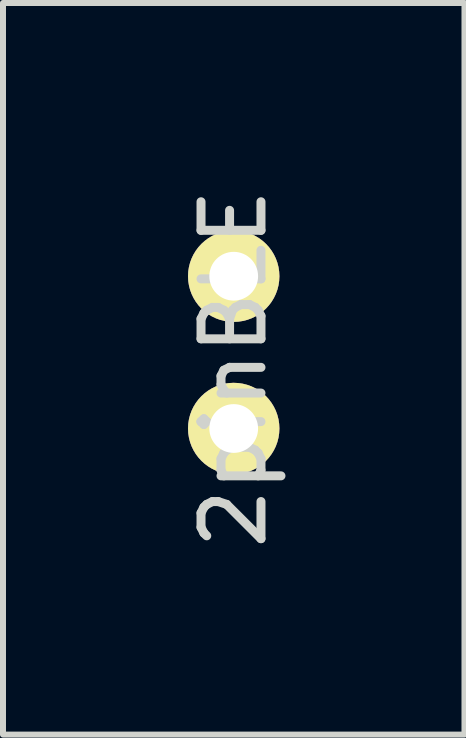
<source format=kicad_pcb>
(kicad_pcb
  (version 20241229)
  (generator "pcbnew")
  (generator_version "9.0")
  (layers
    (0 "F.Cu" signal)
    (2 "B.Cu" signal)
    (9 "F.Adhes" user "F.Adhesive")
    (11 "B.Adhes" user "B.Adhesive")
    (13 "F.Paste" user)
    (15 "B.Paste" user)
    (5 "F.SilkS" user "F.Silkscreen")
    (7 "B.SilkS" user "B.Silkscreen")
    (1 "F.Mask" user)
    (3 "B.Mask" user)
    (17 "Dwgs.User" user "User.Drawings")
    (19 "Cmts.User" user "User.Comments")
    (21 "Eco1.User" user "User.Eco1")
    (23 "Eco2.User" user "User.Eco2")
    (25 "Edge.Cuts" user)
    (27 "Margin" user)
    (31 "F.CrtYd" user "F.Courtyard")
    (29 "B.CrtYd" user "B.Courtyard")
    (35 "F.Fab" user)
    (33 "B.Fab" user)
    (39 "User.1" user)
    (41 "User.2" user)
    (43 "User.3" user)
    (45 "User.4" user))
  (footprint "2pinBLE"
    (layer "F.Cu")
    (at 0.848 3.101)
    (property "Reference" "2pinBLE" (at 0 0 270) (layer "Edge.Cuts") (effects (font (size 1 1) (thickness 0.15))))
    (attr through_hole)
    (pad "1" thru_hole circle (at 0 -1.544) (size 1.524 1.524) (drill 0.813) (layers "*.Cu" "*.Mask" "F.SilkS"))
    (pad "2" thru_hole circle (at 0 0.996) (size 1.524 1.524) (drill 0.813) (layers "*.Cu" "*.Mask" "F.SilkS")))
  (gr_rect
    (start -3 -3)
    (end 4.697 9.202)
    (stroke (width 0.1) (type default))
    (fill no)
    (layer "Edge.Cuts")))
</source>
